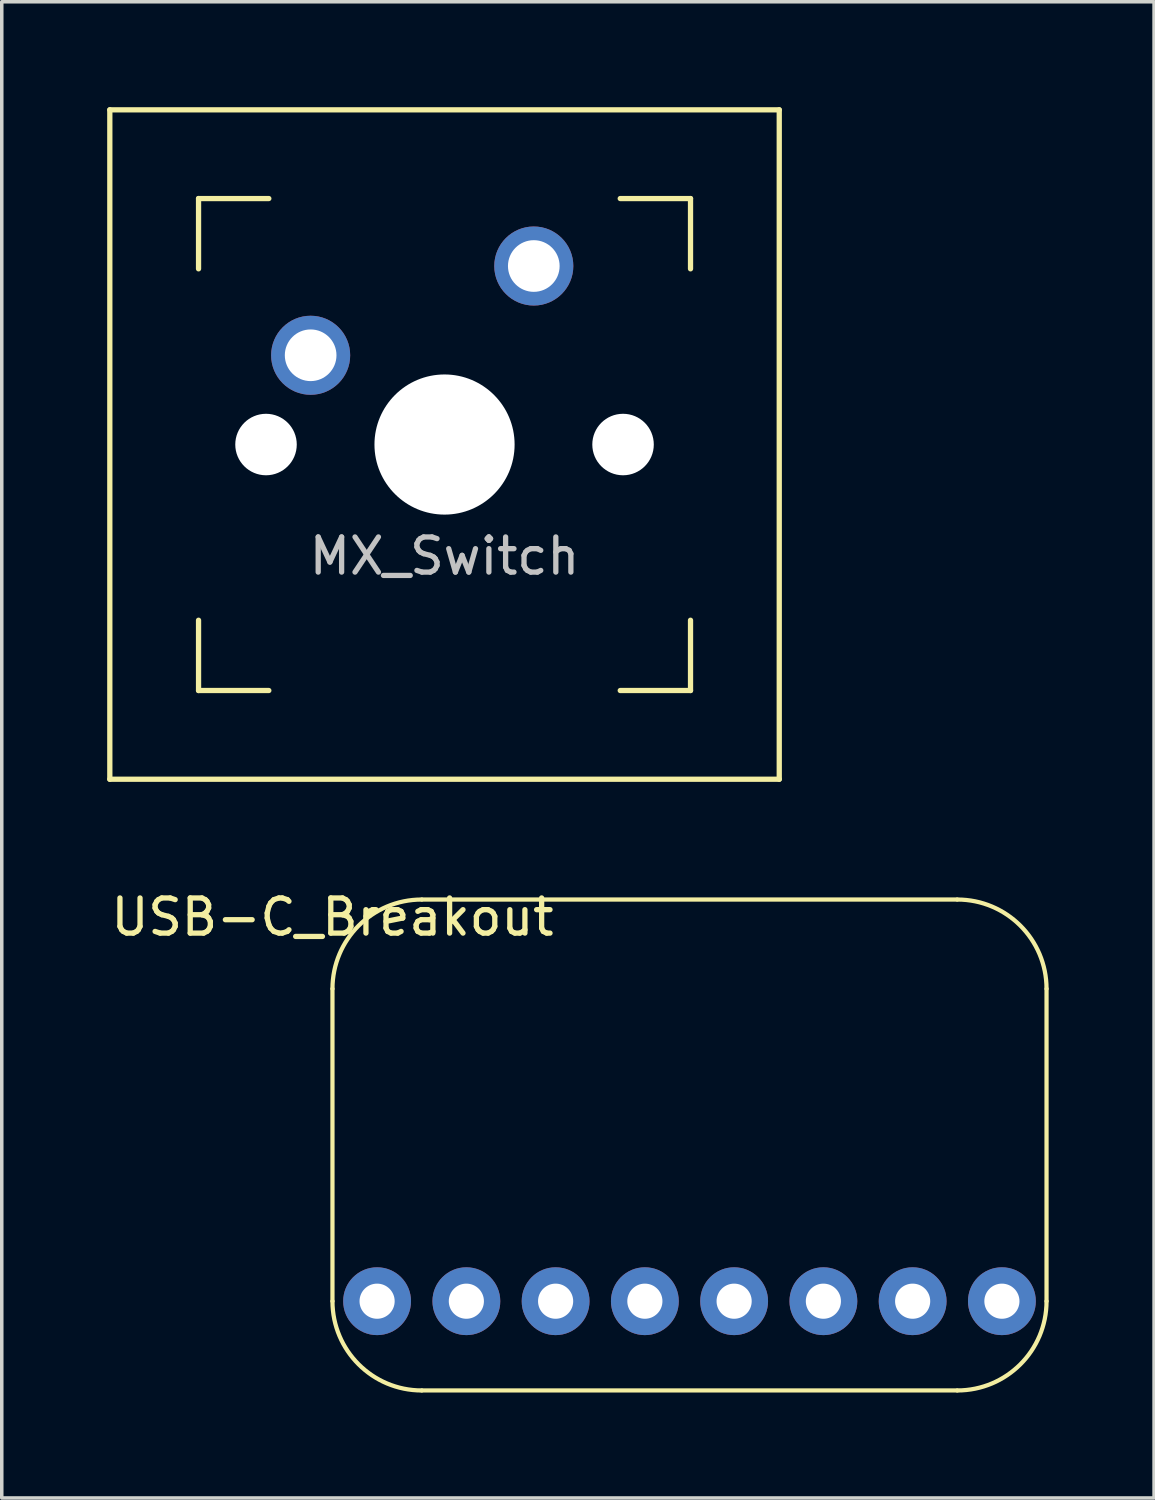
<source format=kicad_pcb>
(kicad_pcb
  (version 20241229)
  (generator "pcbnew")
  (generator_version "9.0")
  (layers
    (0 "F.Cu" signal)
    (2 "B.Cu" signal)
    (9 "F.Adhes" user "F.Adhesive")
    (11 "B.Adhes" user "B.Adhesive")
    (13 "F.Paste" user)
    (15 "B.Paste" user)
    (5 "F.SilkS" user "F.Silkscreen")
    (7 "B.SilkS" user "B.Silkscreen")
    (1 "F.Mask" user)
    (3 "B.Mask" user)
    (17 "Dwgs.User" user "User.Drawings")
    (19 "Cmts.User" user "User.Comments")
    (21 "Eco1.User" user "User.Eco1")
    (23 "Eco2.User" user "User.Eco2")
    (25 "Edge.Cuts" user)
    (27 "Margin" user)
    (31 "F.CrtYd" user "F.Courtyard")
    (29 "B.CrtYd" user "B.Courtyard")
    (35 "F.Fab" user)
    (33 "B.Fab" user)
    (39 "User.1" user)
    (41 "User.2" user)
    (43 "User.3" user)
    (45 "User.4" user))
  (footprint "MX_Switch"
    (layer "F.Cu")
    (at 9.6 9.6)
    (property "Reference" "MX_Switch" (at 0 3.175 0) (layer "Dwgs.User") (effects (font (size 1 1) (thickness 0.15))))
    (attr through_hole)
    (fp_line (start -9.525 -9.525) (end 9.525 -9.525) (stroke (width 0.15) (type solid)) (layer "F.SilkS"))
    (fp_line (start -9.525 9.525) (end -9.525 -9.525) (stroke (width 0.15) (type solid)) (layer "F.SilkS"))
    (fp_line (start -7 -7) (end -7 -5) (stroke (width 0.15) (type solid)) (layer "F.SilkS"))
    (fp_line (start -7 5) (end -7 7) (stroke (width 0.15) (type solid)) (layer "F.SilkS"))
    (fp_line (start -7 7) (end -5 7) (stroke (width 0.15) (type solid)) (layer "F.SilkS"))
    (fp_line (start -5 -7) (end -7 -7) (stroke (width 0.15) (type solid)) (layer "F.SilkS"))
    (fp_line (start 5 -7) (end 7 -7) (stroke (width 0.15) (type solid)) (layer "F.SilkS"))
    (fp_line (start 5 7) (end 7 7) (stroke (width 0.15) (type solid)) (layer "F.SilkS"))
    (fp_line (start 7 -7) (end 7 -5) (stroke (width 0.15) (type solid)) (layer "F.SilkS"))
    (fp_line (start 7 7) (end 7 5) (stroke (width 0.15) (type solid)) (layer "F.SilkS"))
    (fp_line (start 9.525 -9.525) (end 9.525 9.525) (stroke (width 0.15) (type solid)) (layer "F.SilkS"))
    (fp_line (start 9.525 9.525) (end -9.525 9.525) (stroke (width 0.15) (type solid)) (layer "F.SilkS"))
    (pad "" np_thru_hole circle (at -5.08 0 48.1) (size 1.75 1.75) (drill 1.75) (layers "*.Cu" "*.Mask"))
    (pad "" np_thru_hole circle (at 0 0) (size 3.988 3.988) (drill 3.988) (layers "*.Cu" "*.Mask"))
    (pad "" np_thru_hole circle (at 5.08 0 48.1) (size 1.75 1.75) (drill 1.75) (layers "*.Cu" "*.Mask"))
    (pad "1" thru_hole circle (at -3.81 -2.54) (size 2.25 2.25) (drill 1.47) (layers "*.Cu" "B.Mask"))
    (pad "2" thru_hole circle (at 2.54 -5.08) (size 2.25 2.25) (drill 1.47) (layers "*.Cu" "B.Mask")))
  (footprint "USB-C_Breakout"
    (layer "F.Cu")
    (at 6.411 22.548)
    (property "Reference" "USB-C_Breakout" (at 0 0.5 0) (layer "F.SilkS") (effects (font (size 1 1) (thickness 0.15))))
    (attr through_hole)
    (fp_line (start 0 2.54) (end 0 11.43) (stroke (width 0.12) (type solid)) (layer "F.SilkS"))
    (fp_line (start 2.54 13.97) (end 17.78 13.97) (stroke (width 0.12) (type solid)) (layer "F.SilkS"))
    (fp_line (start 17.78 0) (end 2.54 0) (stroke (width 0.12) (type solid)) (layer "F.SilkS"))
    (fp_line (start 20.32 2.54) (end 20.32 11.43) (stroke (width 0.12) (type solid)) (layer "F.SilkS"))
    (fp_arc (start 0 2.54) (mid 0.743949 0.743949) (end 2.54 0) (stroke (width 0.12) (type solid)) (layer "F.SilkS"))
    (fp_arc (start 2.54 13.97) (mid 0.743949 13.226051) (end 0 11.43) (stroke (width 0.12) (type solid)) (layer "F.SilkS"))
    (fp_arc (start 17.78 0) (mid 19.576051 0.743949) (end 20.32 2.54) (stroke (width 0.12) (type solid)) (layer "F.SilkS"))
    (fp_arc (start 20.32 11.43) (mid 19.576051 13.226051) (end 17.78 13.97) (stroke (width 0.12) (type solid)) (layer "F.SilkS"))
    (pad "1" thru_hole circle (at 19.05 11.43) (size 1.93 1.93) (drill 1) (layers "*.Cu" "*.Mask"))
    (pad "2" thru_hole circle (at 16.51 11.43) (size 1.93 1.93) (drill 1) (layers "*.Cu" "*.Mask"))
    (pad "3" thru_hole circle (at 13.97 11.43) (size 1.93 1.93) (drill 1) (layers "*.Cu" "*.Mask"))
    (pad "4" thru_hole circle (at 11.43 11.43) (size 1.93 1.93) (drill 1) (layers "*.Cu" "*.Mask"))
    (pad "5" thru_hole circle (at 8.89 11.43) (size 1.93 1.93) (drill 1) (layers "*.Cu" "*.Mask"))
    (pad "6" thru_hole circle (at 6.35 11.43) (size 1.93 1.93) (drill 1) (layers "*.Cu" "*.Mask"))
    (pad "7" thru_hole circle (at 3.81 11.43) (size 1.93 1.93) (drill 1) (layers "*.Cu" "*.Mask"))
    (pad "8" thru_hole circle (at 1.27 11.43) (size 1.93 1.93) (drill 1) (layers "*.Cu" "*.Mask")))
  (gr_rect
    (start -3 -3)
    (end 29.791 39.578)
    (stroke (width 0.1) (type default))
    (fill no)
    (layer "Edge.Cuts")))
</source>
